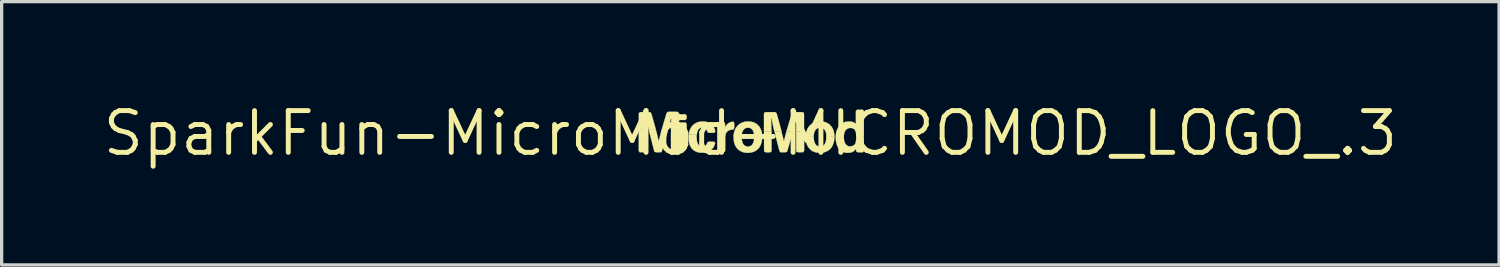
<source format=kicad_pcb>
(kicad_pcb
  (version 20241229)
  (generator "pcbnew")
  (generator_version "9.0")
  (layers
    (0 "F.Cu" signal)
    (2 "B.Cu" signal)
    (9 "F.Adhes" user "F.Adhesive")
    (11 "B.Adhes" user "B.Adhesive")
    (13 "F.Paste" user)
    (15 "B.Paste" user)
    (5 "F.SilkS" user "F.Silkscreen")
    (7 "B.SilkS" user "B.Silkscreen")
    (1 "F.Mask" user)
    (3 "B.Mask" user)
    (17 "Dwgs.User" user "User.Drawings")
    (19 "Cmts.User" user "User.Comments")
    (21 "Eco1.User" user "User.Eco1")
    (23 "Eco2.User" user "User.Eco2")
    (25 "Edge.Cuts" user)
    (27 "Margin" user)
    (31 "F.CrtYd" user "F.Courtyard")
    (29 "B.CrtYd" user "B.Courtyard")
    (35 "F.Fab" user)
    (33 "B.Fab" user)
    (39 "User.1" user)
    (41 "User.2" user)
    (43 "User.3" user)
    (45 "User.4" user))
  (footprint "SparkFun-MicroMod-MICROMOD_LOGO_.3"
    (layer "F.Cu")
    (at 19.783 1.006)
    (property "Reference" "SparkFun-MicroMod-MICROMOD_LOGO_.3" (at 0 0 0) (layer "F.SilkS") (effects (font (size 1.27 1.27) (thickness 0.15))))
    (attr exclude_from_pos_files exclude_from_bom)
    (fp_poly (pts (xy 1.636 -0.051) (xy 1.422 -0.051) (xy 1.394 -0.081) (xy 1.397 0.508) (xy 1.402 0.559) (xy 1.45 0.577) (xy 1.557 0.577) (xy 1.61 0.574) (xy 1.636 0.533) (xy 1.636 -0.051)) (stroke (width 0.008) (type solid)) (fill yes) (layer "F.SilkS"))
    (fp_poly (pts (xy -3.396 -0.104) (xy -3.396 0.526) (xy -3.378 0.572) (xy -3.325 0.577) (xy -3.221 0.577) (xy -3.172 0.561) (xy -3.165 0.511) (xy -3.165 0.089) (xy -3.17 -0.109) (xy -3.185 -0.104) (xy -3.396 -0.104)) (stroke (width 0.008) (type solid)) (fill yes) (layer "F.SilkS"))
    (fp_poly (pts (xy 0.643 -0.051) (xy 0.432 -0.051) (xy 0.414 -0.074) (xy 0.417 0.508) (xy 0.424 0.559) (xy 0.47 0.579) (xy 0.574 0.579) (xy 0.627 0.572) (xy 0.645 0.526) (xy 0.645 0.051) (xy 0.643 -0.051)) (stroke (width 0.008) (type solid)) (fill yes) (layer "F.SilkS"))
    (fp_poly (pts (xy -0.752 0.03) (xy -0.965 0.03) (xy -1.008 0.043) (xy -1.008 0.526) (xy -0.988 0.574) (xy -0.935 0.577) (xy -0.826 0.577) (xy -0.777 0.564) (xy -0.765 0.513) (xy -0.765 0.137) (xy -0.759 0.084) (xy -0.752 0.03)) (stroke (width 0.008) (type solid)) (fill yes) (layer "F.SilkS"))
    (fp_poly (pts (xy -1.935 -0.104) (xy -2.416 -0.15) (xy -2.413 -0.056) (xy -2.416 -0.005) (xy -2.416 0.518) (xy -2.4 0.566) (xy -2.352 0.577) (xy -2.245 0.577) (xy -2.195 0.572) (xy -2.174 0.526) (xy -2.141 0.495) (xy -1.984 0.495) (xy -1.941 0.467) (xy -1.933 0.417) (xy -1.933 -0.053) (xy -1.935 -0.104)) (stroke (width 0.008) (type solid)) (fill yes) (layer "F.SilkS"))
    (fp_poly (pts (xy -3.355 -0.643) (xy -3.393 -0.612) (xy -3.396 -0.104) (xy -3.376 -0.104) (xy -3.216 -0.104) (xy -3.17 -0.109) (xy -3.175 -0.32) (xy -3.18 -0.427) (xy -3.178 -0.472) (xy -3.165 -0.424) (xy -3.086 -0.104) (xy -3.051 -0.104) (xy -2.893 -0.104) (xy -2.873 -0.102) (xy -2.954 -0.394) (xy -3.012 -0.597) (xy -3.04 -0.64) (xy -3.091 -0.643) (xy -3.355 -0.643)) (stroke (width 0.008) (type solid)) (fill yes) (layer "F.SilkS"))
    (fp_poly (pts (xy 1.577 -0.643) (xy 1.316 -0.643) (xy 1.273 -0.62) (xy 1.191 -0.371) (xy 1.102 -0.069) (xy 1.13 -0.051) (xy 1.285 -0.051) (xy 1.303 -0.097) (xy 1.328 -0.198) (xy 1.367 -0.351) (xy 1.392 -0.455) (xy 1.402 -0.442) (xy 1.397 -0.284) (xy 1.394 -0.074) (xy 1.422 -0.051) (xy 1.633 -0.051) (xy 1.633 -0.574) (xy 1.626 -0.625) (xy 1.577 -0.643)) (stroke (width 0.008) (type solid)) (fill yes) (layer "F.SilkS"))
    (fp_poly (pts (xy 0.734 -0.051) (xy 0.945 -0.051) (xy 0.937 -0.099) (xy 0.897 -0.254) (xy 0.841 -0.457) (xy 0.798 -0.61) (xy 0.759 -0.643) (xy 0.495 -0.643) (xy 0.442 -0.64) (xy 0.414 -0.599) (xy 0.414 -0.071) (xy 0.447 -0.051) (xy 0.607 -0.051) (xy 0.643 -0.043) (xy 0.635 -0.282) (xy 0.627 -0.442) (xy 0.638 -0.462) (xy 0.696 -0.203) (xy 0.719 -0.102) (xy 0.734 -0.051)) (stroke (width 0.008) (type solid)) (fill yes) (layer "F.SilkS"))
    (fp_poly (pts (xy -2.875 -0.104) (xy -3.086 -0.104) (xy -3.078 -0.056) (xy -2.987 0.305) (xy -2.934 0.511) (xy -2.918 0.561) (xy -2.87 0.577) (xy -2.764 0.577) (xy -2.713 0.574) (xy -2.685 0.528) (xy -2.596 0.224) (xy -2.51 -0.081) (xy -2.532 -0.104) (xy -2.695 -0.114) (xy -2.713 -0.066) (xy -2.738 0.043) (xy -2.766 0.145) (xy -2.789 0.249) (xy -2.847 -0.003) (xy -2.86 -0.053) (xy -2.875 -0.104)) (stroke (width 0.008) (type solid)) (fill yes) (layer "F.SilkS"))
    (fp_poly (pts (xy 1.29 -0.051) (xy 1.133 -0.051) (xy 1.102 -0.074) (xy 1.052 0.117) (xy 1.026 0.221) (xy 1.016 0.234) (xy 0.993 0.13) (xy 0.945 -0.056) (xy 0.925 -0.051) (xy 0.767 -0.051) (xy 0.734 -0.056) (xy 0.818 0.277) (xy 0.884 0.533) (xy 0.912 0.574) (xy 0.965 0.577) (xy 1.069 0.577) (xy 1.118 0.559) (xy 1.148 0.457) (xy 1.224 0.203) (xy 1.28 0) (xy 1.29 -0.051)) (stroke (width 0.008) (type solid)) (fill yes) (layer "F.SilkS"))
    (fp_poly (pts (xy -0.528 -0.356) (xy -0.582 -0.345) (xy -0.63 -0.328) (xy -0.676 -0.302) (xy -0.714 -0.267) (xy -0.747 -0.226) (xy -0.77 -0.183) (xy -0.77 -0.236) (xy -0.772 -0.287) (xy -0.79 -0.335) (xy -0.841 -0.343) (xy -0.945 -0.343) (xy -0.996 -0.335) (xy -1.011 -0.287) (xy -1.011 -0.236) (xy -1.008 0.043) (xy -0.965 0.03) (xy -0.754 0.03) (xy -0.734 -0.013) (xy -0.701 -0.056) (xy -0.66 -0.086) (xy -0.61 -0.102) (xy -0.559 -0.112) (xy -0.508 -0.122) (xy -0.49 -0.168) (xy -0.493 -0.325) (xy -0.528 -0.356)) (stroke (width 0.008) (type solid)) (fill yes) (layer "F.SilkS"))
    (fp_poly (pts (xy -2.697 -0.104) (xy -2.54 -0.104) (xy -2.512 -0.079) (xy -2.461 -0.277) (xy -2.423 -0.432) (xy -2.408 -0.465) (xy -2.413 -0.305) (xy -2.416 -0.147) (xy -2.405 -0.104) (xy -1.981 -0.104) (xy -1.938 -0.114) (xy -1.938 -0.272) (xy -1.958 -0.32) (xy -2.007 -0.33) (xy -2.113 -0.33) (xy -2.167 -0.335) (xy -2.179 -0.384) (xy -2.136 -0.404) (xy -2.032 -0.404) (xy -1.979 -0.406) (xy -1.941 -0.439) (xy -1.938 -0.493) (xy -1.941 -0.546) (xy -1.981 -0.579) (xy -2.139 -0.579) (xy -2.179 -0.605) (xy -2.202 -0.648) (xy -2.253 -0.653) (xy -2.466 -0.653) (xy -2.517 -0.65) (xy -2.55 -0.612) (xy -2.685 -0.157) (xy -2.697 -0.104)) (stroke (width 0.008) (type solid)) (fill yes) (layer "F.SilkS"))
    (fp_poly (pts (xy -1.45 -0.361) (xy -1.504 -0.358) (xy -1.557 -0.348) (xy -1.608 -0.335) (xy -1.656 -0.312) (xy -1.702 -0.287) (xy -1.742 -0.251) (xy -1.781 -0.211) (xy -1.808 -0.168) (xy -1.834 -0.119) (xy -1.852 -0.071) (xy -1.867 -0.018) (xy -1.875 0.033) (xy -1.834 0.043) (xy -1.674 0.043) (xy -1.631 0.043) (xy -1.621 -0.018) (xy -1.605 -0.069) (xy -1.58 -0.117) (xy -1.539 -0.152) (xy -1.491 -0.173) (xy -1.438 -0.175) (xy -1.387 -0.16) (xy -1.344 -0.127) (xy -1.318 -0.081) (xy -1.3 -0.03) (xy -1.252 -0.015) (xy -1.146 -0.015) (xy -1.092 -0.018) (xy -1.067 -0.061) (xy -1.079 -0.112) (xy -1.097 -0.163) (xy -1.125 -0.208) (xy -1.158 -0.251) (xy -1.199 -0.287) (xy -1.242 -0.315) (xy -1.293 -0.335) (xy -1.344 -0.351) (xy -1.397 -0.358) (xy -1.45 -0.361)) (stroke (width 0.008) (type solid)) (fill yes) (layer "F.SilkS"))
    (fp_poly (pts (xy -1.631 0.043) (xy -1.841 0.043) (xy -1.875 0.033) (xy -1.88 0.114) (xy -1.88 0.168) (xy -1.875 0.221) (xy -1.867 0.272) (xy -1.854 0.323) (xy -1.836 0.373) (xy -1.811 0.419) (xy -1.783 0.462) (xy -1.745 0.5) (xy -1.704 0.533) (xy -1.659 0.556) (xy -1.608 0.574) (xy -1.557 0.587) (xy -1.504 0.592) (xy -1.45 0.592) (xy -1.4 0.589) (xy -1.346 0.582) (xy -1.295 0.566) (xy -1.247 0.546) (xy -1.204 0.516) (xy -1.166 0.483) (xy -1.13 0.439) (xy -1.105 0.396) (xy -1.085 0.345) (xy -1.069 0.297) (xy -1.1 0.257) (xy -1.151 0.254) (xy -1.257 0.254) (xy -1.303 0.272) (xy -1.323 0.32) (xy -1.351 0.366) (xy -1.392 0.396) (xy -1.443 0.409) (xy -1.496 0.406) (xy -1.544 0.386) (xy -1.582 0.351) (xy -1.605 0.302) (xy -1.621 0.254) (xy -1.631 0.201) (xy -1.633 0.147) (xy -1.636 0.097) (xy -1.631 0.043)) (stroke (width 0.008) (type solid)) (fill yes) (layer "F.SilkS"))
    (fp_poly (pts (xy 3.251 -0.716) (xy 3.213 -0.686) (xy 3.211 -0.632) (xy 3.211 -0.315) (xy 3.203 -0.287) (xy 3.162 -0.323) (xy 3.114 -0.343) (xy 3.063 -0.356) (xy 3.01 -0.358) (xy 2.957 -0.358) (xy 2.903 -0.351) (xy 2.855 -0.335) (xy 2.807 -0.312) (xy 2.761 -0.282) (xy 2.723 -0.246) (xy 2.69 -0.206) (xy 2.662 -0.16) (xy 2.639 -0.112) (xy 2.621 -0.064) (xy 2.609 -0.01) (xy 2.601 0.038) (xy 2.598 0.091) (xy 2.629 0.112) (xy 2.842 0.112) (xy 2.847 0.061) (xy 2.855 0.01) (xy 2.868 -0.038) (xy 2.893 -0.086) (xy 2.929 -0.124) (xy 2.974 -0.15) (xy 3.028 -0.163) (xy 3.078 -0.16) (xy 3.129 -0.145) (xy 3.172 -0.114) (xy 3.198 -0.069) (xy 3.213 -0.018) (xy 3.218 0.033) (xy 3.223 0.086) (xy 3.249 0.112) (xy 3.409 0.112) (xy 3.454 0.104) (xy 3.454 -0.635) (xy 3.452 -0.688) (xy 3.411 -0.716) (xy 3.251 -0.716)) (stroke (width 0.008) (type solid)) (fill yes) (layer "F.SilkS"))
    (fp_poly (pts (xy -0.066 -0.361) (xy -0.119 -0.358) (xy -0.17 -0.351) (xy -0.221 -0.338) (xy -0.272 -0.318) (xy -0.318 -0.292) (xy -0.358 -0.262) (xy -0.396 -0.224) (xy -0.429 -0.183) (xy -0.455 -0.137) (xy -0.478 -0.089) (xy -0.493 -0.041) (xy -0.503 0.008) (xy -0.511 0.061) (xy -0.485 0.086) (xy -0.267 0.114) (xy -0.264 0.043) (xy -0.254 -0.008) (xy -0.239 -0.056) (xy -0.213 -0.102) (xy -0.175 -0.14) (xy -0.13 -0.163) (xy -0.079 -0.17) (xy -0.025 -0.165) (xy 0.02 -0.145) (xy 0.061 -0.112) (xy 0.086 -0.066) (xy 0.104 -0.018) (xy 0.112 0.033) (xy 0.117 0.084) (xy 0.168 0.086) (xy 0.325 0.086) (xy 0.361 0.084) (xy 0.356 0.018) (xy 0.348 -0.03) (xy 0.333 -0.081) (xy 0.312 -0.132) (xy 0.29 -0.178) (xy 0.259 -0.221) (xy 0.221 -0.259) (xy 0.18 -0.292) (xy 0.135 -0.318) (xy 0.086 -0.338) (xy 0.036 -0.351) (xy -0.013 -0.358) (xy -0.066 -0.361)) (stroke (width 0.008) (type solid)) (fill yes) (layer "F.SilkS"))
    (fp_poly (pts (xy 2.129 -0.361) (xy 2.075 -0.358) (xy 2.024 -0.351) (xy 1.974 -0.338) (xy 1.923 -0.32) (xy 1.877 -0.295) (xy 1.836 -0.262) (xy 1.798 -0.226) (xy 1.765 -0.185) (xy 1.74 -0.14) (xy 1.717 -0.091) (xy 1.702 -0.041) (xy 1.692 0.008) (xy 1.681 0.117) (xy 1.694 0.097) (xy 1.905 0.097) (xy 1.925 0.099) (xy 1.935 0.015) (xy 1.946 -0.033) (xy 1.968 -0.081) (xy 1.999 -0.122) (xy 2.042 -0.152) (xy 2.09 -0.168) (xy 2.144 -0.17) (xy 2.195 -0.157) (xy 2.238 -0.13) (xy 2.271 -0.089) (xy 2.294 -0.043) (xy 2.306 0.005) (xy 2.311 0.058) (xy 2.311 0.122) (xy 2.537 0.097) (xy 2.558 0.104) (xy 2.553 0.015) (xy 2.543 -0.033) (xy 2.53 -0.084) (xy 2.51 -0.132) (xy 2.484 -0.18) (xy 2.454 -0.221) (xy 2.418 -0.259) (xy 2.377 -0.292) (xy 2.332 -0.318) (xy 2.283 -0.338) (xy 2.233 -0.351) (xy 2.179 -0.358) (xy 2.129 -0.361)) (stroke (width 0.008) (type solid)) (fill yes) (layer "F.SilkS"))
    (fp_poly (pts (xy 3.454 0.112) (xy 3.241 0.112) (xy 3.221 0.084) (xy 3.218 0.198) (xy 3.211 0.251) (xy 3.198 0.302) (xy 3.17 0.348) (xy 3.127 0.378) (xy 3.076 0.394) (xy 3.025 0.399) (xy 2.972 0.389) (xy 2.926 0.361) (xy 2.893 0.323) (xy 2.868 0.274) (xy 2.855 0.224) (xy 2.847 0.17) (xy 2.845 0.117) (xy 2.797 0.112) (xy 2.639 0.112) (xy 2.598 0.094) (xy 2.598 0.178) (xy 2.603 0.229) (xy 2.614 0.282) (xy 2.626 0.333) (xy 2.644 0.384) (xy 2.667 0.432) (xy 2.697 0.475) (xy 2.733 0.513) (xy 2.774 0.546) (xy 2.822 0.572) (xy 2.873 0.587) (xy 2.926 0.594) (xy 2.977 0.594) (xy 3.03 0.589) (xy 3.084 0.579) (xy 3.132 0.556) (xy 3.172 0.523) (xy 3.205 0.483) (xy 3.216 0.505) (xy 3.226 0.559) (xy 3.272 0.579) (xy 3.376 0.579) (xy 3.429 0.577) (xy 3.459 0.536) (xy 3.454 0.429) (xy 3.454 0.112)) (stroke (width 0.008) (type solid)) (fill yes) (layer "F.SilkS"))
    (fp_poly (pts (xy 2.558 0.097) (xy 2.344 0.097) (xy 2.311 0.119) (xy 2.309 0.17) (xy 2.301 0.224) (xy 2.289 0.274) (xy 2.266 0.323) (xy 2.233 0.363) (xy 2.189 0.394) (xy 2.136 0.404) (xy 2.085 0.401) (xy 2.035 0.384) (xy 1.994 0.348) (xy 1.966 0.305) (xy 1.946 0.257) (xy 1.935 0.203) (xy 1.928 0.15) (xy 1.928 0.097) (xy 1.714 0.097) (xy 1.681 0.117) (xy 1.684 0.17) (xy 1.689 0.224) (xy 1.699 0.274) (xy 1.714 0.325) (xy 1.735 0.376) (xy 1.76 0.422) (xy 1.793 0.462) (xy 1.831 0.5) (xy 1.872 0.533) (xy 1.92 0.556) (xy 1.968 0.574) (xy 2.022 0.587) (xy 2.075 0.592) (xy 2.126 0.594) (xy 2.179 0.592) (xy 2.233 0.582) (xy 2.283 0.569) (xy 2.332 0.546) (xy 2.377 0.521) (xy 2.418 0.488) (xy 2.456 0.447) (xy 2.484 0.404) (xy 2.51 0.356) (xy 2.527 0.307) (xy 2.543 0.257) (xy 2.55 0.203) (xy 2.555 0.15) (xy 2.558 0.097)) (stroke (width 0.008) (type solid)) (fill yes) (layer "F.SilkS"))
    (fp_poly (pts (xy 0.361 0.086) (xy 0.15 0.086) (xy 0.117 0.081) (xy 0.114 0.16) (xy 0.107 0.211) (xy 0.097 0.264) (xy 0.076 0.312) (xy 0.046 0.356) (xy 0.003 0.386) (xy -0.043 0.404) (xy -0.097 0.404) (xy -0.147 0.389) (xy -0.191 0.358) (xy -0.224 0.318) (xy -0.244 0.269) (xy -0.257 0.218) (xy -0.264 0.165) (xy -0.267 0.112) (xy -0.295 0.086) (xy -0.511 0.058) (xy -0.513 0.132) (xy -0.508 0.185) (xy -0.503 0.239) (xy -0.49 0.29) (xy -0.475 0.34) (xy -0.452 0.389) (xy -0.424 0.434) (xy -0.391 0.475) (xy -0.353 0.511) (xy -0.307 0.538) (xy -0.262 0.561) (xy -0.211 0.579) (xy -0.157 0.589) (xy -0.107 0.594) (xy -0.053 0.594) (xy 0 0.589) (xy 0.048 0.579) (xy 0.099 0.564) (xy 0.147 0.541) (xy 0.191 0.513) (xy 0.231 0.478) (xy 0.267 0.437) (xy 0.295 0.394) (xy 0.318 0.345) (xy 0.335 0.297) (xy 0.348 0.244) (xy 0.356 0.193) (xy 0.361 0.14) (xy 0.361 0.086)) (stroke (width 0.008) (type solid)) (fill yes) (layer "F.SilkS")))
  (gr_rect
    (start -3 -3)
    (end 42.566 5.012)
    (stroke (width 0.1) (type default))
    (fill no)
    (layer "Edge.Cuts")))
</source>
